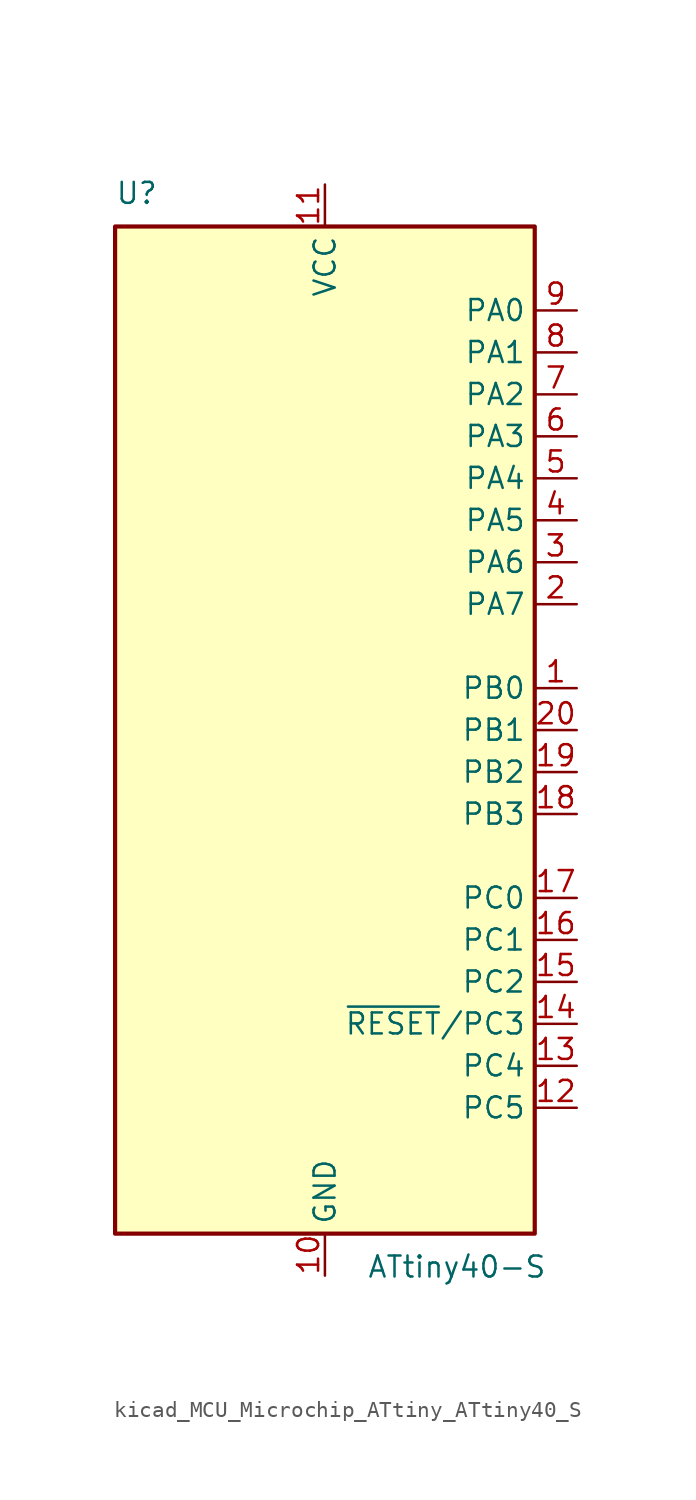
<source format=kicad_sym>
(kicad_symbol_lib
  (version 20220914)
  (generator kicad_symbol_editor)
  (symbol "kicad_MCU_Microchip_ATtiny_ATtiny40_S"
    (property "Reference" "U"
      (at -12.7 31.75 0)
      (effects (font (size 1.27 1.27)) (justify left bottom)))
    (property "Value" "ATtiny40-S"
      (at 2.54 -31.75 0)
      (effects (font (size 1.27 1.27)) (justify left top)))
    (symbol "kicad_MCU_Microchip_ATtiny_ATtiny40_S_0_1"
      (rectangle (start -12.7 -30.48) (end 12.7 30.48) (stroke (width 0.254) (type default)) (fill (type background))))
    (symbol "kicad_MCU_Microchip_ATtiny_ATtiny40_S_1_1"
      (pin bidirectional line (at 15.24 2.54 180) (length 2.54) (name "PB0" (effects (font (size 1.27 1.27)))) (number "1" (effects (font (size 1.27 1.27)))))
      (pin power_in line (at 0 -33.02 90) (length 2.54) (name "GND" (effects (font (size 1.27 1.27)))) (number "10" (effects (font (size 1.27 1.27)))))
      (pin power_in line (at 0 33.02 270) (length 2.54) (name "VCC" (effects (font (size 1.27 1.27)))) (number "11" (effects (font (size 1.27 1.27)))))
      (pin bidirectional line (at 15.24 -22.86 180) (length 2.54) (name "PC5" (effects (font (size 1.27 1.27)))) (number "12" (effects (font (size 1.27 1.27)))))
      (pin bidirectional line (at 15.24 -20.32 180) (length 2.54) (name "PC4" (effects (font (size 1.27 1.27)))) (number "13" (effects (font (size 1.27 1.27)))))
      (pin bidirectional line (at 15.24 -17.78 180) (length 2.54) (name "~{RESET}/PC3" (effects (font (size 1.27 1.27)))) (number "14" (effects (font (size 1.27 1.27)))))
      (pin bidirectional line (at 15.24 -15.24 180) (length 2.54) (name "PC2" (effects (font (size 1.27 1.27)))) (number "15" (effects (font (size 1.27 1.27)))))
      (pin bidirectional line (at 15.24 -12.7 180) (length 2.54) (name "PC1" (effects (font (size 1.27 1.27)))) (number "16" (effects (font (size 1.27 1.27)))))
      (pin bidirectional line (at 15.24 -10.16 180) (length 2.54) (name "PC0" (effects (font (size 1.27 1.27)))) (number "17" (effects (font (size 1.27 1.27)))))
      (pin bidirectional line (at 15.24 -5.08 180) (length 2.54) (name "PB3" (effects (font (size 1.27 1.27)))) (number "18" (effects (font (size 1.27 1.27)))))
      (pin bidirectional line (at 15.24 -2.54 180) (length 2.54) (name "PB2" (effects (font (size 1.27 1.27)))) (number "19" (effects (font (size 1.27 1.27)))))
      (pin bidirectional line (at 15.24 7.62 180) (length 2.54) (name "PA7" (effects (font (size 1.27 1.27)))) (number "2" (effects (font (size 1.27 1.27)))))
      (pin bidirectional line (at 15.24 0 180) (length 2.54) (name "PB1" (effects (font (size 1.27 1.27)))) (number "20" (effects (font (size 1.27 1.27)))))
      (pin bidirectional line (at 15.24 10.16 180) (length 2.54) (name "PA6" (effects (font (size 1.27 1.27)))) (number "3" (effects (font (size 1.27 1.27)))))
      (pin bidirectional line (at 15.24 12.7 180) (length 2.54) (name "PA5" (effects (font (size 1.27 1.27)))) (number "4" (effects (font (size 1.27 1.27)))))
      (pin bidirectional line (at 15.24 15.24 180) (length 2.54) (name "PA4" (effects (font (size 1.27 1.27)))) (number "5" (effects (font (size 1.27 1.27)))))
      (pin bidirectional line (at 15.24 17.78 180) (length 2.54) (name "PA3" (effects (font (size 1.27 1.27)))) (number "6" (effects (font (size 1.27 1.27)))))
      (pin bidirectional line (at 15.24 20.32 180) (length 2.54) (name "PA2" (effects (font (size 1.27 1.27)))) (number "7" (effects (font (size 1.27 1.27)))))
      (pin bidirectional line (at 15.24 22.86 180) (length 2.54) (name "PA1" (effects (font (size 1.27 1.27)))) (number "8" (effects (font (size 1.27 1.27)))))
      (pin bidirectional line (at 15.24 25.4 180) (length 2.54) (name "PA0" (effects (font (size 1.27 1.27)))) (number "9" (effects (font (size 1.27 1.27))))))))
</source>
